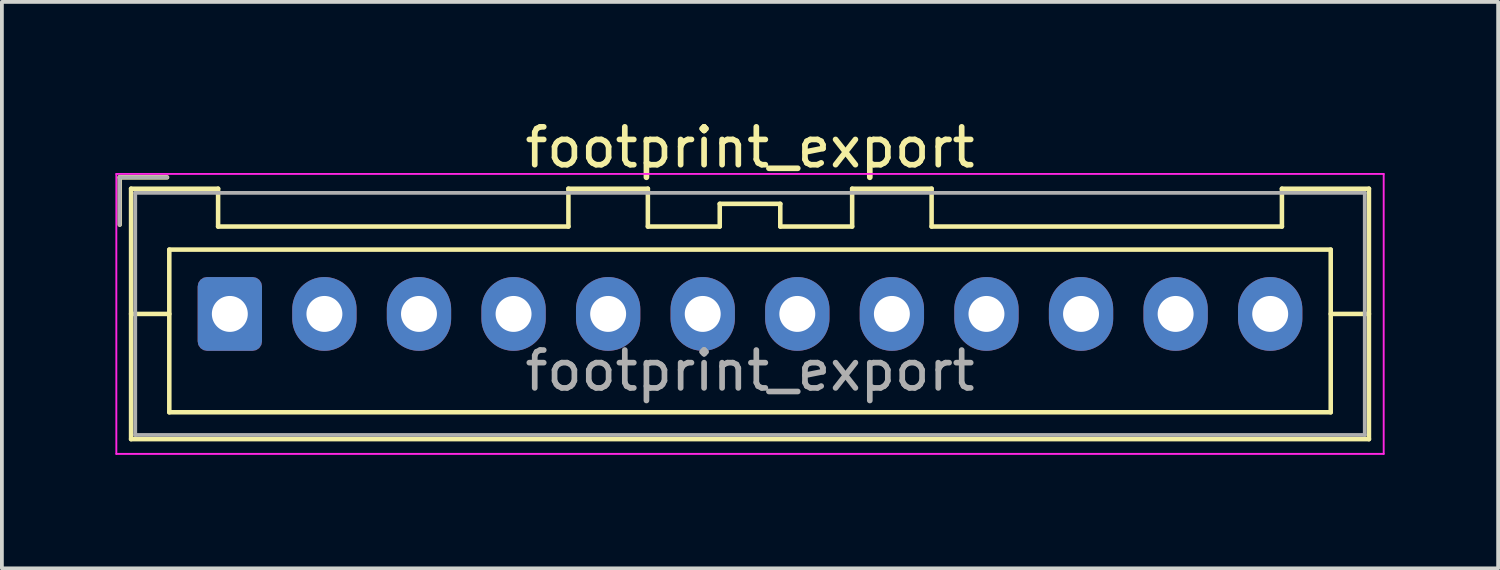
<source format=kicad_pcb>
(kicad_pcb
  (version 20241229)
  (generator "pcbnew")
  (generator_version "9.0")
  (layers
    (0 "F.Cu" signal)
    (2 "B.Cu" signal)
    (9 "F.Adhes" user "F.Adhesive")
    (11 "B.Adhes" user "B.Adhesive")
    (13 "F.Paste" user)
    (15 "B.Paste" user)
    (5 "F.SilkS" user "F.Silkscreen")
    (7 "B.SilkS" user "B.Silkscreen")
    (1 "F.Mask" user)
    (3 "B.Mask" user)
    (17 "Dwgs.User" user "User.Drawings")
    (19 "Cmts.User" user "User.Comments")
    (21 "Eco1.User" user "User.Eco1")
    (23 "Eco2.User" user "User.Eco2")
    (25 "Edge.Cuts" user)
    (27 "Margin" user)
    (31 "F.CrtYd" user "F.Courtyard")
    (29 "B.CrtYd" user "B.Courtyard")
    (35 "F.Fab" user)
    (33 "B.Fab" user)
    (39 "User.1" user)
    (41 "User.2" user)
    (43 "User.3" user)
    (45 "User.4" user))
  (footprint "footprint_export"
    (layer "F.Cu")
    (at 3.025 5.248)
    (property "Reference" "footprint_export" (at 13.75 -4.4 0) (layer "F.SilkS") (effects (font (size 1 1) (thickness 0.15))))
    (attr through_hole)
    (fp_line (start -2.91 -3.61) (end -2.91 -2.36) (stroke (width 0.12) (type solid)) (layer "F.SilkS"))
    (fp_line (start -2.61 -3.31) (end -2.61 3.31) (stroke (width 0.12) (type solid)) (layer "F.SilkS"))
    (fp_line (start -2.61 0) (end -1.6 0) (stroke (width 0.12) (type solid)) (layer "F.SilkS"))
    (fp_line (start -2.61 3.31) (end 30.11 3.31) (stroke (width 0.12) (type solid)) (layer "F.SilkS"))
    (fp_line (start -1.66 -3.61) (end -2.91 -3.61) (stroke (width 0.12) (type solid)) (layer "F.SilkS"))
    (fp_line (start -1.6 -1.7) (end -1.6 2.6) (stroke (width 0.12) (type solid)) (layer "F.SilkS"))
    (fp_line (start -1.6 2.6) (end 29.1 2.6) (stroke (width 0.12) (type solid)) (layer "F.SilkS"))
    (fp_line (start -0.31 -3.31) (end -2.61 -3.31) (stroke (width 0.12) (type solid)) (layer "F.SilkS"))
    (fp_line (start -0.31 -2.31) (end -0.31 -3.31) (stroke (width 0.12) (type solid)) (layer "F.SilkS"))
    (fp_line (start 8.95 -3.31) (end 8.95 -2.31) (stroke (width 0.12) (type solid)) (layer "F.SilkS"))
    (fp_line (start 8.95 -2.31) (end -0.31 -2.31) (stroke (width 0.12) (type solid)) (layer "F.SilkS"))
    (fp_line (start 11.05 -3.31) (end 8.95 -3.31) (stroke (width 0.12) (type solid)) (layer "F.SilkS"))
    (fp_line (start 11.05 -2.31) (end 11.05 -3.31) (stroke (width 0.12) (type solid)) (layer "F.SilkS"))
    (fp_line (start 12.95 -2.91) (end 12.95 -2.31) (stroke (width 0.12) (type solid)) (layer "F.SilkS"))
    (fp_line (start 12.95 -2.31) (end 11.05 -2.31) (stroke (width 0.12) (type solid)) (layer "F.SilkS"))
    (fp_line (start 14.55 -2.91) (end 12.95 -2.91) (stroke (width 0.12) (type solid)) (layer "F.SilkS"))
    (fp_line (start 14.55 -2.31) (end 14.55 -2.91) (stroke (width 0.12) (type solid)) (layer "F.SilkS"))
    (fp_line (start 16.45 -3.31) (end 16.45 -2.31) (stroke (width 0.12) (type solid)) (layer "F.SilkS"))
    (fp_line (start 16.45 -2.31) (end 14.55 -2.31) (stroke (width 0.12) (type solid)) (layer "F.SilkS"))
    (fp_line (start 18.55 -3.31) (end 16.45 -3.31) (stroke (width 0.12) (type solid)) (layer "F.SilkS"))
    (fp_line (start 18.55 -2.31) (end 18.55 -3.31) (stroke (width 0.12) (type solid)) (layer "F.SilkS"))
    (fp_line (start 27.81 -3.31) (end 27.81 -2.31) (stroke (width 0.12) (type solid)) (layer "F.SilkS"))
    (fp_line (start 27.81 -2.31) (end 18.55 -2.31) (stroke (width 0.12) (type solid)) (layer "F.SilkS"))
    (fp_line (start 29.1 -1.7) (end -1.6 -1.7) (stroke (width 0.12) (type solid)) (layer "F.SilkS"))
    (fp_line (start 29.1 2.6) (end 29.1 -1.7) (stroke (width 0.12) (type solid)) (layer "F.SilkS"))
    (fp_line (start 30.11 -3.31) (end 27.81 -3.31) (stroke (width 0.12) (type solid)) (layer "F.SilkS"))
    (fp_line (start 30.11 0) (end 29.1 0) (stroke (width 0.12) (type solid)) (layer "F.SilkS"))
    (fp_line (start 30.11 3.31) (end 30.11 -3.31) (stroke (width 0.12) (type solid)) (layer "F.SilkS"))
    (fp_line (start -3 -3.7) (end -3 3.7) (stroke (width 0.05) (type solid)) (layer "F.CrtYd"))
    (fp_line (start -3 3.7) (end 30.5 3.7) (stroke (width 0.05) (type solid)) (layer "F.CrtYd"))
    (fp_line (start 30.5 -3.7) (end -3 -3.7) (stroke (width 0.05) (type solid)) (layer "F.CrtYd"))
    (fp_line (start 30.5 3.7) (end 30.5 -3.7) (stroke (width 0.05) (type solid)) (layer "F.CrtYd"))
    (fp_line (start -2.91 -3.61) (end -2.91 -2.36) (stroke (width 0.1) (type solid)) (layer "F.Fab"))
    (fp_line (start -2.5 -3.2) (end -2.5 3.2) (stroke (width 0.1) (type solid)) (layer "F.Fab"))
    (fp_line (start -2.5 3.2) (end 30 3.2) (stroke (width 0.1) (type solid)) (layer "F.Fab"))
    (fp_line (start -1.66 -3.61) (end -2.91 -3.61) (stroke (width 0.1) (type solid)) (layer "F.Fab"))
    (fp_line (start 30 -3.2) (end -2.5 -3.2) (stroke (width 0.1) (type solid)) (layer "F.Fab"))
    (fp_line (start 30 3.2) (end 30 -3.2) (stroke (width 0.1) (type solid)) (layer "F.Fab"))
    (fp_text user "${REFERENCE}" (at 13.75 1.5 0) (layer "F.Fab") (effects (font (size 1 1) (thickness 0.15))))
    (pad "1" thru_hole roundrect (at 0 0) (size 1.7 1.95) (drill 0.95) (layers "*.Cu" "*.Mask") (roundrect_rratio 0.147))
    (pad "2" thru_hole oval (at 2.5 0) (size 1.7 1.95) (drill 0.95) (layers "*.Cu" "*.Mask"))
    (pad "3" thru_hole oval (at 5 0) (size 1.7 1.95) (drill 0.95) (layers "*.Cu" "*.Mask"))
    (pad "4" thru_hole oval (at 7.5 0) (size 1.7 1.95) (drill 0.95) (layers "*.Cu" "*.Mask"))
    (pad "5" thru_hole oval (at 10 0) (size 1.7 1.95) (drill 0.95) (layers "*.Cu" "*.Mask"))
    (pad "6" thru_hole oval (at 12.5 0) (size 1.7 1.95) (drill 0.95) (layers "*.Cu" "*.Mask"))
    (pad "7" thru_hole oval (at 15 0) (size 1.7 1.95) (drill 0.95) (layers "*.Cu" "*.Mask"))
    (pad "8" thru_hole oval (at 17.5 0) (size 1.7 1.95) (drill 0.95) (layers "*.Cu" "*.Mask"))
    (pad "9" thru_hole oval (at 20 0) (size 1.7 1.95) (drill 0.95) (layers "*.Cu" "*.Mask"))
    (pad "10" thru_hole oval (at 22.5 0) (size 1.7 1.95) (drill 0.95) (layers "*.Cu" "*.Mask"))
    (pad "11" thru_hole oval (at 25 0) (size 1.7 1.95) (drill 0.95) (layers "*.Cu" "*.Mask"))
    (pad "12" thru_hole oval (at 27.5 0) (size 1.7 1.95) (drill 0.95) (layers "*.Cu" "*.Mask")))
  (gr_rect
    (start -3 -3)
    (end 36.55 11.973)
    (stroke (width 0.1) (type default))
    (fill no)
    (layer "Edge.Cuts")))
</source>
